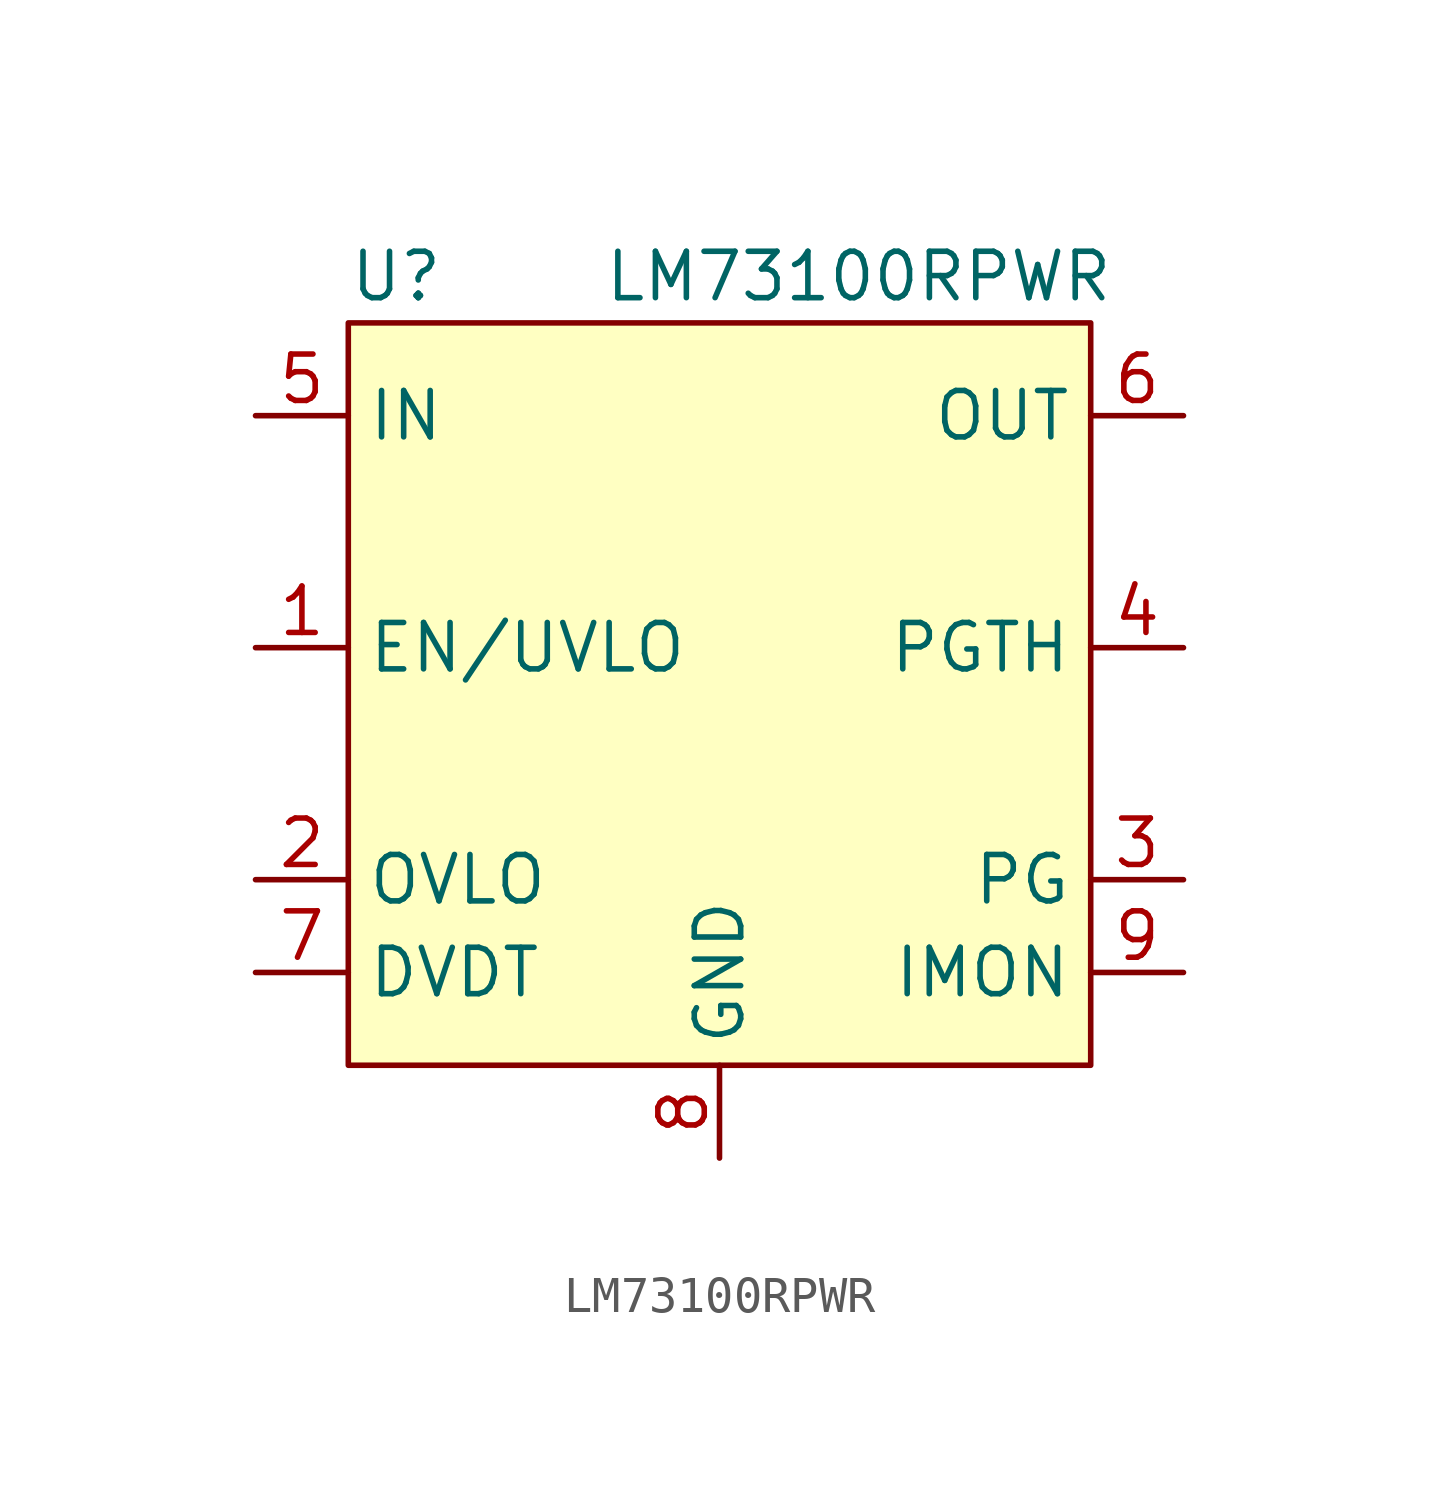
<source format=kicad_sym>
(kicad_symbol_lib
  (version 20220914)
  (generator kicad_symbol_editor)
  (symbol "LM73100RPWR"
    (property "Reference" "U"
      (at -10.16 11.43 0)
      (effects (font (size 1.27 1.27)) (justify left)))
    (property "Value" "LM73100RPWR"
      (at 3.81 11.43 0)
      (effects (font (size 1.27 1.27))))
    (symbol "LM73100RPWR_1_1"
      (rectangle (start -10.16 10.16) (end 10.16 -10.16) (stroke (width 0) (type default)) (fill (type background)))
      (pin input line (at -12.7 1.27 0) (length 2.54) (name "EN/UVLO" (effects (font (size 1.27 1.27)))) (number "1" (effects (font (size 1.27 1.27)))))
      (pin no_connect line (at 10.16 -2.54 180) (length 2.54) hide (name "DNC" (effects (font (size 1.27 1.27)))) (number "10" (effects (font (size 1.27 1.27)))))
      (pin input line (at -12.7 -5.08 0) (length 2.54) (name "OVLO" (effects (font (size 1.27 1.27)))) (number "2" (effects (font (size 1.27 1.27)))))
      (pin output line (at 12.7 -5.08 180) (length 2.54) (name "PG" (effects (font (size 1.27 1.27)))) (number "3" (effects (font (size 1.27 1.27)))))
      (pin input line (at 12.7 1.27 180) (length 2.54) (name "PGTH" (effects (font (size 1.27 1.27)))) (number "4" (effects (font (size 1.27 1.27)))))
      (pin power_in line (at -12.7 7.62 0) (length 2.54) (name "IN" (effects (font (size 1.27 1.27)))) (number "5" (effects (font (size 1.27 1.27)))))
      (pin power_out line (at 12.7 7.62 180) (length 2.54) (name "OUT" (effects (font (size 1.27 1.27)))) (number "6" (effects (font (size 1.27 1.27)))))
      (pin output line (at -12.7 -7.62 0) (length 2.54) (name "DVDT" (effects (font (size 1.27 1.27)))) (number "7" (effects (font (size 1.27 1.27)))))
      (pin power_in line (at 0 -12.7 90) (length 2.54) (name "GND" (effects (font (size 1.27 1.27)))) (number "8" (effects (font (size 1.27 1.27)))))
      (pin output line (at 12.7 -7.62 180) (length 2.54) (name "IMON" (effects (font (size 1.27 1.27)))) (number "9" (effects (font (size 1.27 1.27))))))))
</source>
